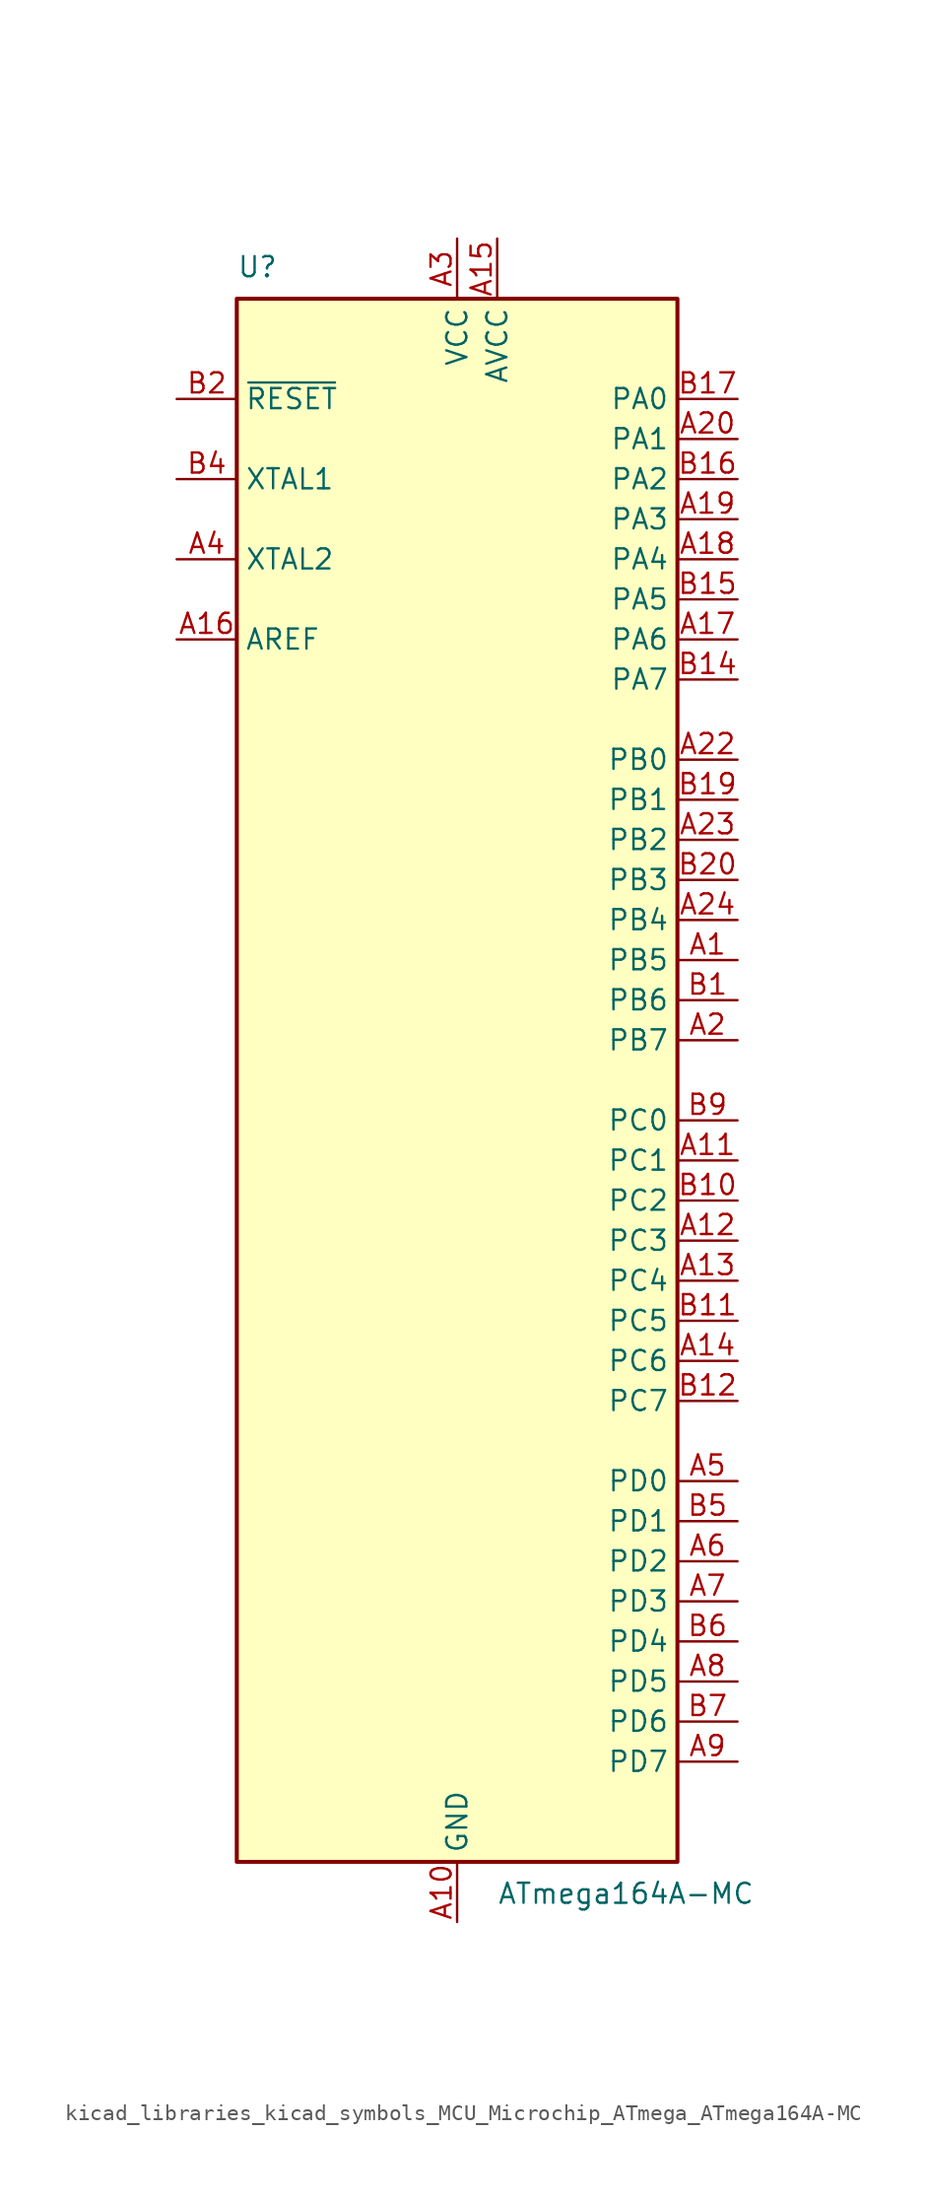
<source format=kicad_sym>
(kicad_symbol_lib
  (version 20220914)
  (generator kicad_symbol_editor)
  (symbol "kicad_libraries_kicad_symbols_MCU_Microchip_ATmega_ATmega164A-MC"
    (property "Reference" "U"
      (at -13.97 50.8 0)
      (effects (font (size 1.27 1.27)) (justify left bottom)))
    (property "Value" "ATmega164A-MC"
      (at 2.54 -50.8 0)
      (effects (font (size 1.27 1.27)) (justify left top)))
    (symbol "kicad_libraries_kicad_symbols_MCU_Microchip_ATmega_ATmega164A-MC_0_1"
      (rectangle (start -13.97 -49.53) (end 13.97 49.53) (stroke (width 0.254) (type default)) (fill (type background))))
    (symbol "kicad_libraries_kicad_symbols_MCU_Microchip_ATmega_ATmega164A-MC_1_1"
      (pin bidirectional line (at 17.78 7.62 180) (length 3.81) (name "PB5" (effects (font (size 1.27 1.27)))) (number "A1" (effects (font (size 1.27 1.27)))))
      (pin power_in line (at 0 -53.34 90) (length 3.81) (name "GND" (effects (font (size 1.27 1.27)))) (number "A10" (effects (font (size 1.27 1.27)))))
      (pin bidirectional line (at 17.78 -5.08 180) (length 3.81) (name "PC1" (effects (font (size 1.27 1.27)))) (number "A11" (effects (font (size 1.27 1.27)))))
      (pin bidirectional line (at 17.78 -10.16 180) (length 3.81) (name "PC3" (effects (font (size 1.27 1.27)))) (number "A12" (effects (font (size 1.27 1.27)))))
      (pin bidirectional line (at 17.78 -12.7 180) (length 3.81) (name "PC4" (effects (font (size 1.27 1.27)))) (number "A13" (effects (font (size 1.27 1.27)))))
      (pin bidirectional line (at 17.78 -17.78 180) (length 3.81) (name "PC6" (effects (font (size 1.27 1.27)))) (number "A14" (effects (font (size 1.27 1.27)))))
      (pin power_in line (at 2.54 53.34 270) (length 3.81) (name "AVCC" (effects (font (size 1.27 1.27)))) (number "A15" (effects (font (size 1.27 1.27)))))
      (pin passive line (at -17.78 27.94 0) (length 3.81) (name "AREF" (effects (font (size 1.27 1.27)))) (number "A16" (effects (font (size 1.27 1.27)))))
      (pin bidirectional line (at 17.78 27.94 180) (length 3.81) (name "PA6" (effects (font (size 1.27 1.27)))) (number "A17" (effects (font (size 1.27 1.27)))))
      (pin bidirectional line (at 17.78 33.02 180) (length 3.81) (name "PA4" (effects (font (size 1.27 1.27)))) (number "A18" (effects (font (size 1.27 1.27)))))
      (pin bidirectional line (at 17.78 35.56 180) (length 3.81) (name "PA3" (effects (font (size 1.27 1.27)))) (number "A19" (effects (font (size 1.27 1.27)))))
      (pin bidirectional line (at 17.78 2.54 180) (length 3.81) (name "PB7" (effects (font (size 1.27 1.27)))) (number "A2" (effects (font (size 1.27 1.27)))))
      (pin bidirectional line (at 17.78 40.64 180) (length 3.81) (name "PA1" (effects (font (size 1.27 1.27)))) (number "A20" (effects (font (size 1.27 1.27)))))
      (pin passive line (at 0 53.34 270) (length 3.81) hide (name "VCC" (effects (font (size 1.27 1.27)))) (number "A21" (effects (font (size 1.27 1.27)))))
      (pin bidirectional line (at 17.78 20.32 180) (length 3.81) (name "PB0" (effects (font (size 1.27 1.27)))) (number "A22" (effects (font (size 1.27 1.27)))))
      (pin bidirectional line (at 17.78 15.24 180) (length 3.81) (name "PB2" (effects (font (size 1.27 1.27)))) (number "A23" (effects (font (size 1.27 1.27)))))
      (pin bidirectional line (at 17.78 10.16 180) (length 3.81) (name "PB4" (effects (font (size 1.27 1.27)))) (number "A24" (effects (font (size 1.27 1.27)))))
      (pin power_in line (at 0 53.34 270) (length 3.81) (name "VCC" (effects (font (size 1.27 1.27)))) (number "A3" (effects (font (size 1.27 1.27)))))
      (pin output line (at -17.78 33.02 0) (length 3.81) (name "XTAL2" (effects (font (size 1.27 1.27)))) (number "A4" (effects (font (size 1.27 1.27)))))
      (pin bidirectional line (at 17.78 -25.4 180) (length 3.81) (name "PD0" (effects (font (size 1.27 1.27)))) (number "A5" (effects (font (size 1.27 1.27)))))
      (pin bidirectional line (at 17.78 -30.48 180) (length 3.81) (name "PD2" (effects (font (size 1.27 1.27)))) (number "A6" (effects (font (size 1.27 1.27)))))
      (pin bidirectional line (at 17.78 -33.02 180) (length 3.81) (name "PD3" (effects (font (size 1.27 1.27)))) (number "A7" (effects (font (size 1.27 1.27)))))
      (pin bidirectional line (at 17.78 -38.1 180) (length 3.81) (name "PD5" (effects (font (size 1.27 1.27)))) (number "A8" (effects (font (size 1.27 1.27)))))
      (pin bidirectional line (at 17.78 -43.18 180) (length 3.81) (name "PD7" (effects (font (size 1.27 1.27)))) (number "A9" (effects (font (size 1.27 1.27)))))
      (pin bidirectional line (at 17.78 5.08 180) (length 3.81) (name "PB6" (effects (font (size 1.27 1.27)))) (number "B1" (effects (font (size 1.27 1.27)))))
      (pin bidirectional line (at 17.78 -7.62 180) (length 3.81) (name "PC2" (effects (font (size 1.27 1.27)))) (number "B10" (effects (font (size 1.27 1.27)))))
      (pin bidirectional line (at 17.78 -15.24 180) (length 3.81) (name "PC5" (effects (font (size 1.27 1.27)))) (number "B11" (effects (font (size 1.27 1.27)))))
      (pin bidirectional line (at 17.78 -20.32 180) (length 3.81) (name "PC7" (effects (font (size 1.27 1.27)))) (number "B12" (effects (font (size 1.27 1.27)))))
      (pin passive line (at 0 -53.34 90) (length 3.81) hide (name "GND" (effects (font (size 1.27 1.27)))) (number "B13" (effects (font (size 1.27 1.27)))))
      (pin bidirectional line (at 17.78 25.4 180) (length 3.81) (name "PA7" (effects (font (size 1.27 1.27)))) (number "B14" (effects (font (size 1.27 1.27)))))
      (pin bidirectional line (at 17.78 30.48 180) (length 3.81) (name "PA5" (effects (font (size 1.27 1.27)))) (number "B15" (effects (font (size 1.27 1.27)))))
      (pin bidirectional line (at 17.78 38.1 180) (length 3.81) (name "PA2" (effects (font (size 1.27 1.27)))) (number "B16" (effects (font (size 1.27 1.27)))))
      (pin bidirectional line (at 17.78 43.18 180) (length 3.81) (name "PA0" (effects (font (size 1.27 1.27)))) (number "B17" (effects (font (size 1.27 1.27)))))
      (pin passive line (at 0 -53.34 90) (length 3.81) hide (name "GND" (effects (font (size 1.27 1.27)))) (number "B18" (effects (font (size 1.27 1.27)))))
      (pin bidirectional line (at 17.78 17.78 180) (length 3.81) (name "PB1" (effects (font (size 1.27 1.27)))) (number "B19" (effects (font (size 1.27 1.27)))))
      (pin input line (at -17.78 43.18 0) (length 3.81) (name "~{RESET}" (effects (font (size 1.27 1.27)))) (number "B2" (effects (font (size 1.27 1.27)))))
      (pin bidirectional line (at 17.78 12.7 180) (length 3.81) (name "PB3" (effects (font (size 1.27 1.27)))) (number "B20" (effects (font (size 1.27 1.27)))))
      (pin passive line (at 0 -53.34 90) (length 3.81) hide (name "GND" (effects (font (size 1.27 1.27)))) (number "B3" (effects (font (size 1.27 1.27)))))
      (pin input line (at -17.78 38.1 0) (length 3.81) (name "XTAL1" (effects (font (size 1.27 1.27)))) (number "B4" (effects (font (size 1.27 1.27)))))
      (pin bidirectional line (at 17.78 -27.94 180) (length 3.81) (name "PD1" (effects (font (size 1.27 1.27)))) (number "B5" (effects (font (size 1.27 1.27)))))
      (pin bidirectional line (at 17.78 -35.56 180) (length 3.81) (name "PD4" (effects (font (size 1.27 1.27)))) (number "B6" (effects (font (size 1.27 1.27)))))
      (pin bidirectional line (at 17.78 -40.64 180) (length 3.81) (name "PD6" (effects (font (size 1.27 1.27)))) (number "B7" (effects (font (size 1.27 1.27)))))
      (pin passive line (at 0 53.34 270) (length 3.81) hide (name "VCC" (effects (font (size 1.27 1.27)))) (number "B8" (effects (font (size 1.27 1.27)))))
      (pin bidirectional line (at 17.78 -2.54 180) (length 3.81) (name "PC0" (effects (font (size 1.27 1.27)))) (number "B9" (effects (font (size 1.27 1.27)))))
      (pin passive line (at 0 -53.34 90) (length 3.81) hide (name "GND" (effects (font (size 1.27 1.27)))) (number "EP" (effects (font (size 1.27 1.27))))))))
</source>
